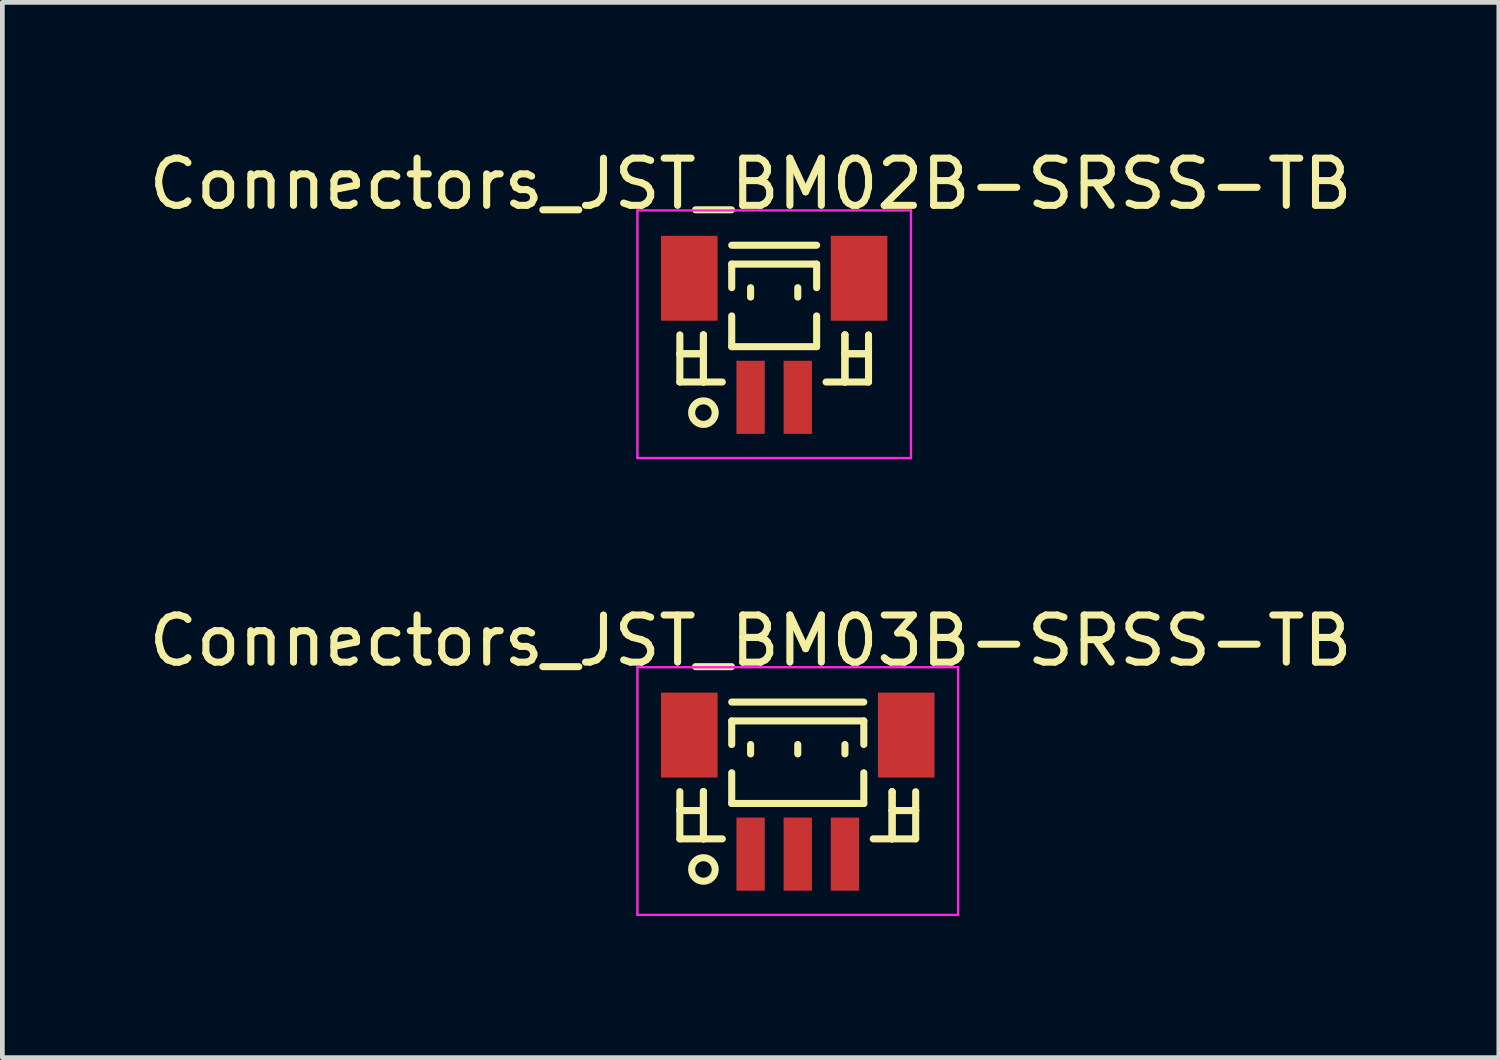
<source format=kicad_pcb>
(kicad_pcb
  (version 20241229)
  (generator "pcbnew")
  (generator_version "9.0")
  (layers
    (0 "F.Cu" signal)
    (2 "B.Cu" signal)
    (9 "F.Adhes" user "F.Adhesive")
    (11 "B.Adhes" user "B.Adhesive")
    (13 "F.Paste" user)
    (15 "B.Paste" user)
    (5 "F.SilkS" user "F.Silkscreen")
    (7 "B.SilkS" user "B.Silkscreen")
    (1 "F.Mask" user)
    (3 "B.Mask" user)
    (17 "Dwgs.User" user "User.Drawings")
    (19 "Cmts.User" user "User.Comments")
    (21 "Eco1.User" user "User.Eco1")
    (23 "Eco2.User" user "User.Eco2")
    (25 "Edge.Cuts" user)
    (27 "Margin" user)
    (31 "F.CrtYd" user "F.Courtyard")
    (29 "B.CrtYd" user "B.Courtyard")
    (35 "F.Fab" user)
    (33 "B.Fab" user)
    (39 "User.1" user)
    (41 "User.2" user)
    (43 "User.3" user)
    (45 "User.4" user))
  (footprint "Connectors_JST_BM02B-SRSS-TB"
    (layer "F.Cu")
    (at 13.363 4.111)
    (property "Reference" "Connectors_JST_BM02B-SRSS-TB" (at -0.5 -3.263 0) (layer "F.SilkS") (effects (font (size 1 1) (thickness 0.15))))
    (attr smd)
    (fp_line (start -2 -0.062) (end -2 0.938) (stroke (width 0.15) (type solid)) (layer "F.SilkS"))
    (fp_line (start -2 0.338) (end -2 0.338) (stroke (width 0.15) (type solid)) (layer "F.SilkS"))
    (fp_line (start -2 0.338) (end -1.5 0.338) (stroke (width 0.15) (type solid)) (layer "F.SilkS"))
    (fp_line (start -2 0.938) (end -1.1 0.938) (stroke (width 0.15) (type solid)) (layer "F.SilkS"))
    (fp_line (start -1.5 -0.062) (end -1.5 -0.062) (stroke (width 0.15) (type solid)) (layer "F.SilkS"))
    (fp_line (start -1.5 -0.062) (end -1.5 0.938) (stroke (width 0.15) (type solid)) (layer "F.SilkS"))
    (fp_line (start -1.5 0.338) (end -2 0.338) (stroke (width 0.15) (type solid)) (layer "F.SilkS"))
    (fp_line (start -1.5 0.338) (end -1.5 0.338) (stroke (width 0.15) (type solid)) (layer "F.SilkS"))
    (fp_line (start -1.5 0.938) (end -1.5 -0.062) (stroke (width 0.15) (type solid)) (layer "F.SilkS"))
    (fp_line (start -1.5 0.938) (end -1.5 0.938) (stroke (width 0.15) (type solid)) (layer "F.SilkS"))
    (fp_line (start -0.9 -1.962) (end 0.9 -1.962) (stroke (width 0.15) (type solid)) (layer "F.SilkS"))
    (fp_line (start -0.9 -1.562) (end 0.9 -1.562) (stroke (width 0.15) (type solid)) (layer "F.SilkS"))
    (fp_line (start -0.9 -1.062) (end -0.9 -1.562) (stroke (width 0.15) (type solid)) (layer "F.SilkS"))
    (fp_line (start -0.9 -0.463) (end -0.9 0.188) (stroke (width 0.15) (type solid)) (layer "F.SilkS"))
    (fp_line (start -0.9 0.188) (end 0.9 0.188) (stroke (width 0.15) (type solid)) (layer "F.SilkS"))
    (fp_line (start -0.5 -1.062) (end -0.5 -0.863) (stroke (width 0.15) (type solid)) (layer "F.SilkS"))
    (fp_line (start 0.5 -1.062) (end 0.5 -0.863) (stroke (width 0.15) (type solid)) (layer "F.SilkS"))
    (fp_line (start 0.9 -1.562) (end 0.9 -1.062) (stroke (width 0.15) (type solid)) (layer "F.SilkS"))
    (fp_line (start 0.9 0.188) (end 0.9 -0.463) (stroke (width 0.15) (type solid)) (layer "F.SilkS"))
    (fp_line (start 1.5 -0.062) (end 1.5 -0.062) (stroke (width 0.15) (type solid)) (layer "F.SilkS"))
    (fp_line (start 1.5 -0.062) (end 1.5 0.938) (stroke (width 0.15) (type solid)) (layer "F.SilkS"))
    (fp_line (start 1.5 0.338) (end 1.5 0.338) (stroke (width 0.15) (type solid)) (layer "F.SilkS"))
    (fp_line (start 1.5 0.338) (end 2 0.338) (stroke (width 0.15) (type solid)) (layer "F.SilkS"))
    (fp_line (start 1.5 0.938) (end 1.5 -0.062) (stroke (width 0.15) (type solid)) (layer "F.SilkS"))
    (fp_line (start 1.5 0.938) (end 1.5 0.938) (stroke (width 0.15) (type solid)) (layer "F.SilkS"))
    (fp_line (start 2 -0.062) (end 2 0.938) (stroke (width 0.15) (type solid)) (layer "F.SilkS"))
    (fp_line (start 2 0.338) (end 1.5 0.338) (stroke (width 0.15) (type solid)) (layer "F.SilkS"))
    (fp_line (start 2 0.338) (end 2 0.338) (stroke (width 0.15) (type solid)) (layer "F.SilkS"))
    (fp_line (start 2 0.938) (end 1.1 0.938) (stroke (width 0.15) (type solid)) (layer "F.SilkS"))
    (fp_circle (center -1.5 1.587) (end -1.25 1.587) (stroke (width 0.15) (type solid)) (fill no) (layer "F.SilkS"))
    (fp_line (start -2.9 -2.7) (end 2.9 -2.7) (stroke (width 0.05) (type solid)) (layer "F.CrtYd"))
    (fp_line (start -2.9 2.55) (end -2.9 -2.7) (stroke (width 0.05) (type solid)) (layer "F.CrtYd"))
    (fp_line (start 2.9 -2.7) (end 2.9 2.55) (stroke (width 0.05) (type solid)) (layer "F.CrtYd"))
    (fp_line (start 2.9 2.55) (end -2.9 2.55) (stroke (width 0.05) (type solid)) (layer "F.CrtYd"))
    (pad "" smd rect (at -1.8 -1.262) (size 1.2 1.8) (layers "F.Cu" "F.Mask" "F.Paste"))
    (pad "" smd rect (at 1.8 -1.262) (size 1.2 1.8) (layers "F.Cu" "F.Mask" "F.Paste"))
    (pad "1" smd rect (at -0.5 1.262) (size 0.6 1.55) (layers "F.Cu" "F.Mask" "F.Paste"))
    (pad "2" smd rect (at 0.5 1.262) (size 0.6 1.55) (layers "F.Cu" "F.Mask" "F.Paste")))
  (footprint "Connectors_JST_BM03B-SRSS-TB"
    (layer "F.Cu")
    (at 13.863 13.796)
    (property "Reference" "Connectors_JST_BM03B-SRSS-TB" (at -1 -3.263 0) (layer "F.SilkS") (effects (font (size 1 1) (thickness 0.15))))
    (attr smd)
    (fp_line (start -2.5 -0.062) (end -2.5 0.938) (stroke (width 0.15) (type solid)) (layer "F.SilkS"))
    (fp_line (start -2.5 0.338) (end -2.5 0.338) (stroke (width 0.15) (type solid)) (layer "F.SilkS"))
    (fp_line (start -2.5 0.338) (end -2 0.338) (stroke (width 0.15) (type solid)) (layer "F.SilkS"))
    (fp_line (start -2.5 0.938) (end -1.6 0.938) (stroke (width 0.15) (type solid)) (layer "F.SilkS"))
    (fp_line (start -2 -0.062) (end -2 -0.062) (stroke (width 0.15) (type solid)) (layer "F.SilkS"))
    (fp_line (start -2 -0.062) (end -2 0.938) (stroke (width 0.15) (type solid)) (layer "F.SilkS"))
    (fp_line (start -2 0.338) (end -2.5 0.338) (stroke (width 0.15) (type solid)) (layer "F.SilkS"))
    (fp_line (start -2 0.338) (end -2 0.338) (stroke (width 0.15) (type solid)) (layer "F.SilkS"))
    (fp_line (start -2 0.938) (end -2 -0.062) (stroke (width 0.15) (type solid)) (layer "F.SilkS"))
    (fp_line (start -2 0.938) (end -2 0.938) (stroke (width 0.15) (type solid)) (layer "F.SilkS"))
    (fp_line (start -1.4 -1.962) (end 1.4 -1.962) (stroke (width 0.15) (type solid)) (layer "F.SilkS"))
    (fp_line (start -1.4 -1.562) (end 1.4 -1.562) (stroke (width 0.15) (type solid)) (layer "F.SilkS"))
    (fp_line (start -1.4 -1.062) (end -1.4 -1.562) (stroke (width 0.15) (type solid)) (layer "F.SilkS"))
    (fp_line (start -1.4 -0.463) (end -1.4 0.188) (stroke (width 0.15) (type solid)) (layer "F.SilkS"))
    (fp_line (start -1.4 0.188) (end 1.4 0.188) (stroke (width 0.15) (type solid)) (layer "F.SilkS"))
    (fp_line (start -1 -1.062) (end -1 -0.863) (stroke (width 0.15) (type solid)) (layer "F.SilkS"))
    (fp_line (start 0 -1.062) (end 0 -0.863) (stroke (width 0.15) (type solid)) (layer "F.SilkS"))
    (fp_line (start 1 -1.062) (end 1 -0.863) (stroke (width 0.15) (type solid)) (layer "F.SilkS"))
    (fp_line (start 1.4 -1.562) (end 1.4 -1.062) (stroke (width 0.15) (type solid)) (layer "F.SilkS"))
    (fp_line (start 1.4 0.188) (end 1.4 -0.463) (stroke (width 0.15) (type solid)) (layer "F.SilkS"))
    (fp_line (start 2 -0.062) (end 2 -0.062) (stroke (width 0.15) (type solid)) (layer "F.SilkS"))
    (fp_line (start 2 -0.062) (end 2 0.938) (stroke (width 0.15) (type solid)) (layer "F.SilkS"))
    (fp_line (start 2 0.338) (end 2 0.338) (stroke (width 0.15) (type solid)) (layer "F.SilkS"))
    (fp_line (start 2 0.338) (end 2.5 0.338) (stroke (width 0.15) (type solid)) (layer "F.SilkS"))
    (fp_line (start 2 0.938) (end 2 -0.062) (stroke (width 0.15) (type solid)) (layer "F.SilkS"))
    (fp_line (start 2 0.938) (end 2 0.938) (stroke (width 0.15) (type solid)) (layer "F.SilkS"))
    (fp_line (start 2.5 -0.062) (end 2.5 0.938) (stroke (width 0.15) (type solid)) (layer "F.SilkS"))
    (fp_line (start 2.5 0.338) (end 2 0.338) (stroke (width 0.15) (type solid)) (layer "F.SilkS"))
    (fp_line (start 2.5 0.338) (end 2.5 0.338) (stroke (width 0.15) (type solid)) (layer "F.SilkS"))
    (fp_line (start 2.5 0.938) (end 1.6 0.938) (stroke (width 0.15) (type solid)) (layer "F.SilkS"))
    (fp_circle (center -2 1.587) (end -1.75 1.587) (stroke (width 0.15) (type solid)) (fill no) (layer "F.SilkS"))
    (fp_line (start -3.4 -2.7) (end 3.4 -2.7) (stroke (width 0.05) (type solid)) (layer "F.CrtYd"))
    (fp_line (start -3.4 2.55) (end -3.4 -2.7) (stroke (width 0.05) (type solid)) (layer "F.CrtYd"))
    (fp_line (start 3.4 -2.7) (end 3.4 2.55) (stroke (width 0.05) (type solid)) (layer "F.CrtYd"))
    (fp_line (start 3.4 2.55) (end -3.4 2.55) (stroke (width 0.05) (type solid)) (layer "F.CrtYd"))
    (pad "" smd rect (at -2.3 -1.262) (size 1.2 1.8) (layers "F.Cu" "F.Mask" "F.Paste"))
    (pad "" smd rect (at 2.3 -1.262) (size 1.2 1.8) (layers "F.Cu" "F.Mask" "F.Paste"))
    (pad "1" smd rect (at -1 1.262) (size 0.6 1.55) (layers "F.Cu" "F.Mask" "F.Paste"))
    (pad "2" smd rect (at 0 1.262) (size 0.6 1.55) (layers "F.Cu" "F.Mask" "F.Paste"))
    (pad "3" smd rect (at 1 1.262) (size 0.6 1.55) (layers "F.Cu" "F.Mask" "F.Paste")))
  (gr_rect
    (start -3 -3)
    (end 28.726 19.372)
    (stroke (width 0.1) (type default))
    (fill no)
    (layer "Edge.Cuts")))
</source>
